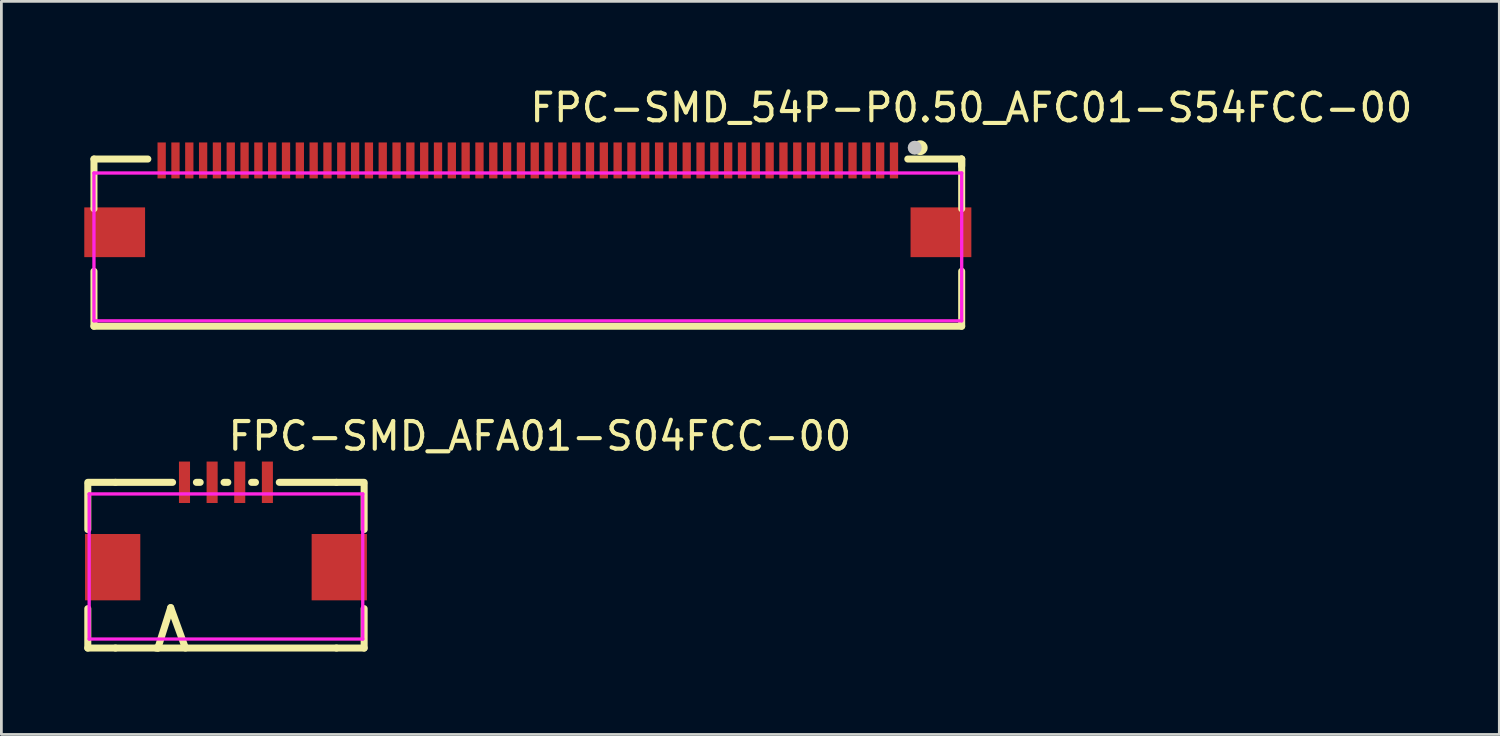
<source format=kicad_pcb>
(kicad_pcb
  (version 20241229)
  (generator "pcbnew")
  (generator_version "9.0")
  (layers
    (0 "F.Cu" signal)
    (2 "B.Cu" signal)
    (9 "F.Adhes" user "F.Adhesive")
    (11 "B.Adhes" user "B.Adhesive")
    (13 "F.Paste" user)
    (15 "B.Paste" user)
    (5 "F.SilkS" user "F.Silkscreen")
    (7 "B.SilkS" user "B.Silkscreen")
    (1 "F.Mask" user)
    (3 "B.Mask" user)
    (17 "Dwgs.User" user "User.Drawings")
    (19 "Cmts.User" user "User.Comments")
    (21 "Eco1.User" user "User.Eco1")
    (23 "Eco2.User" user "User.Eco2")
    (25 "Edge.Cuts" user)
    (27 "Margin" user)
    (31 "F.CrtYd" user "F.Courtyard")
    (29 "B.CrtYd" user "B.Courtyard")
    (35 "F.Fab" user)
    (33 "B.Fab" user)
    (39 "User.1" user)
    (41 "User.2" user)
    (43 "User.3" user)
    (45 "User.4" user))
  (footprint "FPC-SMD_AFA01-S04FCC-00"
    (layer "F.Cu")
    (at 5.127 15.938)
    (property "Reference" "FPC-SMD_AFA01-S04FCC-00" (at 0 -3.207 0) (layer "F.SilkS") (effects (font (size 1 1) (thickness 0.15)) (justify left)))
    (attr through_hole)
    (fp_line (start -5 -1.464) (end -5 0.174) (stroke (width 0.254) (type solid)) (layer "F.SilkS"))
    (fp_line (start -5 3.036) (end -5 4.463) (stroke (width 0.254) (type solid)) (layer "F.SilkS"))
    (fp_line (start -3.999 -1.534) (end -5 -1.534) (stroke (width 0.254) (type solid)) (layer "F.SilkS"))
    (fp_line (start -3.999 4.463) (end -5 4.463) (stroke (width 0.254) (type solid)) (layer "F.SilkS"))
    (fp_line (start -3.999 4.463) (end 3.999 4.463) (stroke (width 0.254) (type solid)) (layer "F.SilkS"))
    (fp_line (start -2.528 4.463) (end -2.463 4.463) (stroke (width 0.254) (type solid)) (layer "F.SilkS"))
    (fp_line (start -2.463 4.463) (end -2 3) (stroke (width 0.254) (type solid)) (layer "F.SilkS"))
    (fp_line (start -2 3) (end -1.467 4.463) (stroke (width 0.254) (type solid)) (layer "F.SilkS"))
    (fp_line (start -1.932 -1.534) (end -3.999 -1.534) (stroke (width 0.254) (type solid)) (layer "F.SilkS"))
    (fp_line (start -0.933 -1.534) (end -1.07 -1.534) (stroke (width 0.254) (type solid)) (layer "F.SilkS"))
    (fp_line (start 0.067 -1.534) (end -0.07 -1.534) (stroke (width 0.254) (type solid)) (layer "F.SilkS"))
    (fp_line (start 1.068 -1.534) (end 0.928 -1.534) (stroke (width 0.254) (type solid)) (layer "F.SilkS"))
    (fp_line (start 3.999 -1.534) (end 1.929 -1.534) (stroke (width 0.254) (type solid)) (layer "F.SilkS"))
    (fp_line (start 3.999 -1.534) (end 5 -1.534) (stroke (width 0.254) (type solid)) (layer "F.SilkS"))
    (fp_line (start 3.999 4.463) (end 5 4.463) (stroke (width 0.254) (type solid)) (layer "F.SilkS"))
    (fp_line (start 5 -1.464) (end 5 0.174) (stroke (width 0.254) (type solid)) (layer "F.SilkS"))
    (fp_line (start 5 3.036) (end 5 4.463) (stroke (width 0.254) (type solid)) (layer "F.SilkS"))
    (fp_circle (center -4.95 -1.814) (end -4.92 -1.814) (stroke (width 0.06) (type solid)) (fill no) (layer "Eco2.User"))
    (fp_poly (pts (xy -4.95 0.536) (xy -3.15 0.536) (xy -3.15 2.536) (xy -4.95 2.536)) (stroke (width 0.12) (type solid)) (fill no) (layer "Eco2.User"))
    (fp_poly (pts (xy -1.601 -1.064) (xy -1.601 -1.814) (xy -1.401 -1.814) (xy -1.401 -1.064)) (stroke (width 0.12) (type solid)) (fill no) (layer "Eco2.User"))
    (fp_poly (pts (xy -0.601 -1.064) (xy -0.601 -1.814) (xy -0.401 -1.814) (xy -0.401 -1.064)) (stroke (width 0.12) (type solid)) (fill no) (layer "Eco2.User"))
    (fp_poly (pts (xy 0.398 -1.064) (xy 0.398 -1.814) (xy 0.598 -1.814) (xy 0.598 -1.064)) (stroke (width 0.12) (type solid)) (fill no) (layer "Eco2.User"))
    (fp_poly (pts (xy 1.399 -1.064) (xy 1.399 -1.814) (xy 1.599 -1.814) (xy 1.599 -1.064)) (stroke (width 0.12) (type solid)) (fill no) (layer "Eco2.User"))
    (fp_poly (pts (xy 4.95 2.536) (xy 3.15 2.536) (xy 3.15 0.536) (xy 4.95 0.536)) (stroke (width 0.12) (type solid)) (fill no) (layer "Eco2.User"))
    (fp_line (start -4.95 -1.114) (end 4.95 -1.114) (stroke (width 0.12) (type solid)) (layer "F.CrtYd"))
    (fp_line (start -4.95 4.136) (end -4.95 -1.114) (stroke (width 0.12) (type solid)) (layer "F.CrtYd"))
    (fp_line (start 4.95 -1.114) (end 4.95 4.136) (stroke (width 0.12) (type solid)) (layer "F.CrtYd"))
    (fp_line (start 4.95 4.136) (end -4.95 4.136) (stroke (width 0.12) (type solid)) (layer "F.CrtYd"))
    (pad "1" smd rect (at -1.501 -1.536) (size 0.4 1.5) (layers "F.Cu" "F.Mask" "F.Paste"))
    (pad "2" smd rect (at -0.501 -1.536) (size 0.4 1.5) (layers "F.Cu" "F.Mask" "F.Paste"))
    (pad "3" smd rect (at 0.498 -1.536) (size 0.4 1.5) (layers "F.Cu" "F.Mask" "F.Paste"))
    (pad "4" smd rect (at 1.499 -1.536) (size 0.4 1.5) (layers "F.Cu" "F.Mask" "F.Paste"))
    (pad "5" smd rect (at -4.1 1.536) (size 2 2.4) (layers "F.Cu" "F.Mask" "F.Paste"))
    (pad "6" smd rect (at 4.1 1.536) (size 2 2.4) (layers "F.Cu" "F.Mask" "F.Paste")))
  (footprint "FPC-SMD_54P-P0.50_AFC01-S54FCC-00"
    (layer "F.Cu")
    (at 16.05 4.055)
    (property "Reference" "FPC-SMD_54P-P0.50_AFC01-S54FCC-00" (at 0 -3.207 0) (layer "F.SilkS") (effects (font (size 1 1) (thickness 0.15)) (justify left)))
    (attr through_hole)
    (fp_line (start -15.7 -1.35) (end -15.7 0.449) (stroke (width 0.254) (type solid)) (layer "F.SilkS"))
    (fp_line (start -15.7 -1.35) (end -13.75 -1.35) (stroke (width 0.254) (type solid)) (layer "F.SilkS"))
    (fp_line (start -15.7 2.711) (end -15.7 4.7) (stroke (width 0.254) (type solid)) (layer "F.SilkS"))
    (fp_line (start 15.7 -1.35) (end 13.75 -1.35) (stroke (width 0.254) (type solid)) (layer "F.SilkS"))
    (fp_line (start 15.7 -1.35) (end 15.7 0.449) (stroke (width 0.254) (type solid)) (layer "F.SilkS"))
    (fp_line (start 15.7 -1.1) (end 15.7 -1.35) (stroke (width 0.254) (type solid)) (layer "F.SilkS"))
    (fp_line (start 15.7 2.711) (end 15.7 4.7) (stroke (width 0.254) (type solid)) (layer "F.SilkS"))
    (fp_line (start 15.7 4.7) (end -15.7 4.7) (stroke (width 0.254) (type solid)) (layer "F.SilkS"))
    (fp_circle (center 14.2 -1.76) (end 14.341 -1.76) (stroke (width 0.254) (type solid)) (fill no) (layer "F.SilkS"))
    (fp_circle (center 14 -1.76) (end 14.127 -1.76) (stroke (width 0.254) (type solid)) (fill no) (layer "Dwgs.User"))
    (fp_circle (center 15.7 -1.545) (end 15.73 -1.545) (stroke (width 0.06) (type solid)) (fill no) (layer "Eco2.User"))
    (fp_poly (pts (xy -14.2 0.8) (xy -14.2 1.8) (xy -15.7 1.8) (xy -15.7 0.8)) (stroke (width 0.12) (type solid)) (fill no) (layer "Eco2.User"))
    (fp_poly (pts (xy -13.35 -1.545) (xy -13.15 -1.545) (xy -13.15 -0.795) (xy -13.35 -0.795)) (stroke (width 0.12) (type solid)) (fill no) (layer "Eco2.User"))
    (fp_poly (pts (xy -12.85 -1.545) (xy -12.65 -1.545) (xy -12.65 -0.795) (xy -12.85 -0.795)) (stroke (width 0.12) (type solid)) (fill no) (layer "Eco2.User"))
    (fp_poly (pts (xy -12.35 -1.545) (xy -12.15 -1.545) (xy -12.15 -0.795) (xy -12.35 -0.795)) (stroke (width 0.12) (type solid)) (fill no) (layer "Eco2.User"))
    (fp_poly (pts (xy -11.85 -1.545) (xy -11.65 -1.545) (xy -11.65 -0.795) (xy -11.85 -0.795)) (stroke (width 0.12) (type solid)) (fill no) (layer "Eco2.User"))
    (fp_poly (pts (xy -11.35 -1.545) (xy -11.15 -1.545) (xy -11.15 -0.795) (xy -11.35 -0.795)) (stroke (width 0.12) (type solid)) (fill no) (layer "Eco2.User"))
    (fp_poly (pts (xy -10.85 -1.545) (xy -10.65 -1.545) (xy -10.65 -0.795) (xy -10.85 -0.795)) (stroke (width 0.12) (type solid)) (fill no) (layer "Eco2.User"))
    (fp_poly (pts (xy -10.35 -1.545) (xy -10.15 -1.545) (xy -10.15 -0.795) (xy -10.35 -0.795)) (stroke (width 0.12) (type solid)) (fill no) (layer "Eco2.User"))
    (fp_poly (pts (xy -9.85 -1.545) (xy -9.65 -1.545) (xy -9.65 -0.795) (xy -9.85 -0.795)) (stroke (width 0.12) (type solid)) (fill no) (layer "Eco2.User"))
    (fp_poly (pts (xy -9.35 -1.545) (xy -9.15 -1.545) (xy -9.15 -0.795) (xy -9.35 -0.795)) (stroke (width 0.12) (type solid)) (fill no) (layer "Eco2.User"))
    (fp_poly (pts (xy -8.85 -1.545) (xy -8.65 -1.545) (xy -8.65 -0.795) (xy -8.85 -0.795)) (stroke (width 0.12) (type solid)) (fill no) (layer "Eco2.User"))
    (fp_poly (pts (xy -8.35 -1.545) (xy -8.15 -1.545) (xy -8.15 -0.795) (xy -8.35 -0.795)) (stroke (width 0.12) (type solid)) (fill no) (layer "Eco2.User"))
    (fp_poly (pts (xy -7.85 -1.545) (xy -7.65 -1.545) (xy -7.65 -0.795) (xy -7.85 -0.795)) (stroke (width 0.12) (type solid)) (fill no) (layer "Eco2.User"))
    (fp_poly (pts (xy -7.35 -1.545) (xy -7.15 -1.545) (xy -7.15 -0.795) (xy -7.35 -0.795)) (stroke (width 0.12) (type solid)) (fill no) (layer "Eco2.User"))
    (fp_poly (pts (xy -6.85 -1.545) (xy -6.65 -1.545) (xy -6.65 -0.795) (xy -6.85 -0.795)) (stroke (width 0.12) (type solid)) (fill no) (layer "Eco2.User"))
    (fp_poly (pts (xy -6.35 -1.545) (xy -6.15 -1.545) (xy -6.15 -0.795) (xy -6.35 -0.795)) (stroke (width 0.12) (type solid)) (fill no) (layer "Eco2.User"))
    (fp_poly (pts (xy -5.85 -1.545) (xy -5.65 -1.545) (xy -5.65 -0.795) (xy -5.85 -0.795)) (stroke (width 0.12) (type solid)) (fill no) (layer "Eco2.User"))
    (fp_poly (pts (xy -5.35 -1.545) (xy -5.15 -1.545) (xy -5.15 -0.795) (xy -5.35 -0.795)) (stroke (width 0.12) (type solid)) (fill no) (layer "Eco2.User"))
    (fp_poly (pts (xy -4.85 -1.545) (xy -4.65 -1.545) (xy -4.65 -0.795) (xy -4.85 -0.795)) (stroke (width 0.12) (type solid)) (fill no) (layer "Eco2.User"))
    (fp_poly (pts (xy -4.35 -1.545) (xy -4.15 -1.545) (xy -4.15 -0.795) (xy -4.35 -0.795)) (stroke (width 0.12) (type solid)) (fill no) (layer "Eco2.User"))
    (fp_poly (pts (xy -3.85 -1.545) (xy -3.65 -1.545) (xy -3.65 -0.795) (xy -3.85 -0.795)) (stroke (width 0.12) (type solid)) (fill no) (layer "Eco2.User"))
    (fp_poly (pts (xy -3.35 -1.545) (xy -3.15 -1.545) (xy -3.15 -0.795) (xy -3.35 -0.795)) (stroke (width 0.12) (type solid)) (fill no) (layer "Eco2.User"))
    (fp_poly (pts (xy -2.85 -1.545) (xy -2.65 -1.545) (xy -2.65 -0.795) (xy -2.85 -0.795)) (stroke (width 0.12) (type solid)) (fill no) (layer "Eco2.User"))
    (fp_poly (pts (xy -2.35 -1.545) (xy -2.15 -1.545) (xy -2.15 -0.795) (xy -2.35 -0.795)) (stroke (width 0.12) (type solid)) (fill no) (layer "Eco2.User"))
    (fp_poly (pts (xy -1.85 -1.545) (xy -1.65 -1.545) (xy -1.65 -0.795) (xy -1.85 -0.795)) (stroke (width 0.12) (type solid)) (fill no) (layer "Eco2.User"))
    (fp_poly (pts (xy -1.35 -1.545) (xy -1.15 -1.545) (xy -1.15 -0.795) (xy -1.35 -0.795)) (stroke (width 0.12) (type solid)) (fill no) (layer "Eco2.User"))
    (fp_poly (pts (xy -0.85 -1.545) (xy -0.65 -1.545) (xy -0.65 -0.795) (xy -0.85 -0.795)) (stroke (width 0.12) (type solid)) (fill no) (layer "Eco2.User"))
    (fp_poly (pts (xy -0.35 -1.545) (xy -0.15 -1.545) (xy -0.15 -0.795) (xy -0.35 -0.795)) (stroke (width 0.12) (type solid)) (fill no) (layer "Eco2.User"))
    (fp_poly (pts (xy 0.15 -1.545) (xy 0.35 -1.545) (xy 0.35 -0.795) (xy 0.15 -0.795)) (stroke (width 0.12) (type solid)) (fill no) (layer "Eco2.User"))
    (fp_poly (pts (xy 0.65 -1.545) (xy 0.85 -1.545) (xy 0.85 -0.795) (xy 0.65 -0.795)) (stroke (width 0.12) (type solid)) (fill no) (layer "Eco2.User"))
    (fp_poly (pts (xy 1.15 -1.545) (xy 1.35 -1.545) (xy 1.35 -0.795) (xy 1.15 -0.795)) (stroke (width 0.12) (type solid)) (fill no) (layer "Eco2.User"))
    (fp_poly (pts (xy 1.65 -1.545) (xy 1.85 -1.545) (xy 1.85 -0.795) (xy 1.65 -0.795)) (stroke (width 0.12) (type solid)) (fill no) (layer "Eco2.User"))
    (fp_poly (pts (xy 2.15 -1.545) (xy 2.35 -1.545) (xy 2.35 -0.795) (xy 2.15 -0.795)) (stroke (width 0.12) (type solid)) (fill no) (layer "Eco2.User"))
    (fp_poly (pts (xy 2.65 -1.545) (xy 2.85 -1.545) (xy 2.85 -0.795) (xy 2.65 -0.795)) (stroke (width 0.12) (type solid)) (fill no) (layer "Eco2.User"))
    (fp_poly (pts (xy 3.15 -1.545) (xy 3.35 -1.545) (xy 3.35 -0.795) (xy 3.15 -0.795)) (stroke (width 0.12) (type solid)) (fill no) (layer "Eco2.User"))
    (fp_poly (pts (xy 3.65 -1.545) (xy 3.85 -1.545) (xy 3.85 -0.795) (xy 3.65 -0.795)) (stroke (width 0.12) (type solid)) (fill no) (layer "Eco2.User"))
    (fp_poly (pts (xy 4.15 -1.545) (xy 4.35 -1.545) (xy 4.35 -0.795) (xy 4.15 -0.795)) (stroke (width 0.12) (type solid)) (fill no) (layer "Eco2.User"))
    (fp_poly (pts (xy 4.65 -1.545) (xy 4.85 -1.545) (xy 4.85 -0.795) (xy 4.65 -0.795)) (stroke (width 0.12) (type solid)) (fill no) (layer "Eco2.User"))
    (fp_poly (pts (xy 5.15 -1.545) (xy 5.35 -1.545) (xy 5.35 -0.795) (xy 5.15 -0.795)) (stroke (width 0.12) (type solid)) (fill no) (layer "Eco2.User"))
    (fp_poly (pts (xy 5.65 -1.545) (xy 5.85 -1.545) (xy 5.85 -0.795) (xy 5.65 -0.795)) (stroke (width 0.12) (type solid)) (fill no) (layer "Eco2.User"))
    (fp_poly (pts (xy 6.15 -1.545) (xy 6.35 -1.545) (xy 6.35 -0.795) (xy 6.15 -0.795)) (stroke (width 0.12) (type solid)) (fill no) (layer "Eco2.User"))
    (fp_poly (pts (xy 6.65 -1.545) (xy 6.85 -1.545) (xy 6.85 -0.795) (xy 6.65 -0.795)) (stroke (width 0.12) (type solid)) (fill no) (layer "Eco2.User"))
    (fp_poly (pts (xy 7.15 -1.545) (xy 7.35 -1.545) (xy 7.35 -0.795) (xy 7.15 -0.795)) (stroke (width 0.12) (type solid)) (fill no) (layer "Eco2.User"))
    (fp_poly (pts (xy 7.65 -1.545) (xy 7.85 -1.545) (xy 7.85 -0.795) (xy 7.65 -0.795)) (stroke (width 0.12) (type solid)) (fill no) (layer "Eco2.User"))
    (fp_poly (pts (xy 8.15 -1.545) (xy 8.35 -1.545) (xy 8.35 -0.795) (xy 8.15 -0.795)) (stroke (width 0.12) (type solid)) (fill no) (layer "Eco2.User"))
    (fp_poly (pts (xy 8.65 -1.545) (xy 8.85 -1.545) (xy 8.85 -0.795) (xy 8.65 -0.795)) (stroke (width 0.12) (type solid)) (fill no) (layer "Eco2.User"))
    (fp_poly (pts (xy 9.15 -1.545) (xy 9.35 -1.545) (xy 9.35 -0.795) (xy 9.15 -0.795)) (stroke (width 0.12) (type solid)) (fill no) (layer "Eco2.User"))
    (fp_poly (pts (xy 9.65 -1.545) (xy 9.85 -1.545) (xy 9.85 -0.795) (xy 9.65 -0.795)) (stroke (width 0.12) (type solid)) (fill no) (layer "Eco2.User"))
    (fp_poly (pts (xy 10.15 -1.545) (xy 10.35 -1.545) (xy 10.35 -0.795) (xy 10.15 -0.795)) (stroke (width 0.12) (type solid)) (fill no) (layer "Eco2.User"))
    (fp_poly (pts (xy 10.65 -1.545) (xy 10.85 -1.545) (xy 10.85 -0.795) (xy 10.65 -0.795)) (stroke (width 0.12) (type solid)) (fill no) (layer "Eco2.User"))
    (fp_poly (pts (xy 11.15 -1.545) (xy 11.35 -1.545) (xy 11.35 -0.795) (xy 11.15 -0.795)) (stroke (width 0.12) (type solid)) (fill no) (layer "Eco2.User"))
    (fp_poly (pts (xy 11.65 -1.545) (xy 11.85 -1.545) (xy 11.85 -0.795) (xy 11.65 -0.795)) (stroke (width 0.12) (type solid)) (fill no) (layer "Eco2.User"))
    (fp_poly (pts (xy 12.15 -1.545) (xy 12.35 -1.545) (xy 12.35 -0.795) (xy 12.15 -0.795)) (stroke (width 0.12) (type solid)) (fill no) (layer "Eco2.User"))
    (fp_poly (pts (xy 12.65 -1.545) (xy 12.85 -1.545) (xy 12.85 -0.795) (xy 12.65 -0.795)) (stroke (width 0.12) (type solid)) (fill no) (layer "Eco2.User"))
    (fp_poly (pts (xy 13.15 -1.545) (xy 13.35 -1.545) (xy 13.35 -0.795) (xy 13.15 -0.795)) (stroke (width 0.12) (type solid)) (fill no) (layer "Eco2.User"))
    (fp_poly (pts (xy 15.7 0.8) (xy 15.7 1.8) (xy 14.2 1.8) (xy 14.2 0.8)) (stroke (width 0.12) (type solid)) (fill no) (layer "Eco2.User"))
    (fp_line (start -15.7 -0.845) (end 15.7 -0.845) (stroke (width 0.12) (type solid)) (layer "F.CrtYd"))
    (fp_line (start -15.7 4.505) (end -15.7 -0.845) (stroke (width 0.12) (type solid)) (layer "F.CrtYd"))
    (fp_line (start 15.7 -0.845) (end 15.7 4.505) (stroke (width 0.12) (type solid)) (layer "F.CrtYd"))
    (fp_line (start 15.7 4.505) (end -15.7 4.505) (stroke (width 0.12) (type solid)) (layer "F.CrtYd"))
    (pad "1" smd rect (at 13.25 -1.3) (size 0.3 1.3) (layers "F.Cu" "F.Mask" "F.Paste"))
    (pad "2" smd rect (at 12.75 -1.3) (size 0.3 1.3) (layers "F.Cu" "F.Mask" "F.Paste"))
    (pad "3" smd rect (at 12.25 -1.3) (size 0.3 1.3) (layers "F.Cu" "F.Mask" "F.Paste"))
    (pad "4" smd rect (at 11.75 -1.3) (size 0.3 1.3) (layers "F.Cu" "F.Mask" "F.Paste"))
    (pad "5" smd rect (at 11.25 -1.3) (size 0.3 1.3) (layers "F.Cu" "F.Mask" "F.Paste"))
    (pad "6" smd rect (at 10.75 -1.3) (size 0.3 1.3) (layers "F.Cu" "F.Mask" "F.Paste"))
    (pad "7" smd rect (at 10.25 -1.3) (size 0.3 1.3) (layers "F.Cu" "F.Mask" "F.Paste"))
    (pad "8" smd rect (at 9.75 -1.3) (size 0.3 1.3) (layers "F.Cu" "F.Mask" "F.Paste"))
    (pad "9" smd rect (at 9.25 -1.3) (size 0.3 1.3) (layers "F.Cu" "F.Mask" "F.Paste"))
    (pad "10" smd rect (at 8.75 -1.3) (size 0.3 1.3) (layers "F.Cu" "F.Mask" "F.Paste"))
    (pad "11" smd rect (at 8.25 -1.3) (size 0.3 1.3) (layers "F.Cu" "F.Mask" "F.Paste"))
    (pad "12" smd rect (at 7.75 -1.3) (size 0.3 1.3) (layers "F.Cu" "F.Mask" "F.Paste"))
    (pad "13" smd rect (at 7.25 -1.3) (size 0.3 1.3) (layers "F.Cu" "F.Mask" "F.Paste"))
    (pad "14" smd rect (at 6.75 -1.3) (size 0.3 1.3) (layers "F.Cu" "F.Mask" "F.Paste"))
    (pad "15" smd rect (at 6.25 -1.3) (size 0.3 1.3) (layers "F.Cu" "F.Mask" "F.Paste"))
    (pad "16" smd rect (at 5.75 -1.3) (size 0.3 1.3) (layers "F.Cu" "F.Mask" "F.Paste"))
    (pad "17" smd rect (at 5.25 -1.3) (size 0.3 1.3) (layers "F.Cu" "F.Mask" "F.Paste"))
    (pad "18" smd rect (at 4.75 -1.3) (size 0.3 1.3) (layers "F.Cu" "F.Mask" "F.Paste"))
    (pad "19" smd rect (at 4.25 -1.3) (size 0.3 1.3) (layers "F.Cu" "F.Mask" "F.Paste"))
    (pad "20" smd rect (at 3.75 -1.3) (size 0.3 1.3) (layers "F.Cu" "F.Mask" "F.Paste"))
    (pad "21" smd rect (at 3.25 -1.3) (size 0.3 1.3) (layers "F.Cu" "F.Mask" "F.Paste"))
    (pad "22" smd rect (at 2.75 -1.3) (size 0.3 1.3) (layers "F.Cu" "F.Mask" "F.Paste"))
    (pad "23" smd rect (at 2.25 -1.3) (size 0.3 1.3) (layers "F.Cu" "F.Mask" "F.Paste"))
    (pad "24" smd rect (at 1.75 -1.3) (size 0.3 1.3) (layers "F.Cu" "F.Mask" "F.Paste"))
    (pad "25" smd rect (at 1.25 -1.3) (size 0.3 1.3) (layers "F.Cu" "F.Mask" "F.Paste"))
    (pad "26" smd rect (at 0.75 -1.3) (size 0.3 1.3) (layers "F.Cu" "F.Mask" "F.Paste"))
    (pad "27" smd rect (at 0.25 -1.3) (size 0.3 1.3) (layers "F.Cu" "F.Mask" "F.Paste"))
    (pad "28" smd rect (at -0.25 -1.3) (size 0.3 1.3) (layers "F.Cu" "F.Mask" "F.Paste"))
    (pad "29" smd rect (at -0.75 -1.3) (size 0.3 1.3) (layers "F.Cu" "F.Mask" "F.Paste"))
    (pad "30" smd rect (at -1.25 -1.3) (size 0.3 1.3) (layers "F.Cu" "F.Mask" "F.Paste"))
    (pad "31" smd rect (at -1.75 -1.3) (size 0.3 1.3) (layers "F.Cu" "F.Mask" "F.Paste"))
    (pad "32" smd rect (at -2.25 -1.3) (size 0.3 1.3) (layers "F.Cu" "F.Mask" "F.Paste"))
    (pad "33" smd rect (at -2.75 -1.3) (size 0.3 1.3) (layers "F.Cu" "F.Mask" "F.Paste"))
    (pad "34" smd rect (at -3.25 -1.3) (size 0.3 1.3) (layers "F.Cu" "F.Mask" "F.Paste"))
    (pad "35" smd rect (at -3.75 -1.3) (size 0.3 1.3) (layers "F.Cu" "F.Mask" "F.Paste"))
    (pad "36" smd rect (at -4.25 -1.3) (size 0.3 1.3) (layers "F.Cu" "F.Mask" "F.Paste"))
    (pad "37" smd rect (at -4.75 -1.3) (size 0.3 1.3) (layers "F.Cu" "F.Mask" "F.Paste"))
    (pad "38" smd rect (at -5.25 -1.3) (size 0.3 1.3) (layers "F.Cu" "F.Mask" "F.Paste"))
    (pad "39" smd rect (at -5.75 -1.3) (size 0.3 1.3) (layers "F.Cu" "F.Mask" "F.Paste"))
    (pad "40" smd rect (at -6.25 -1.3) (size 0.3 1.3) (layers "F.Cu" "F.Mask" "F.Paste"))
    (pad "41" smd rect (at -6.75 -1.3) (size 0.3 1.3) (layers "F.Cu" "F.Mask" "F.Paste"))
    (pad "42" smd rect (at -7.25 -1.3) (size 0.3 1.3) (layers "F.Cu" "F.Mask" "F.Paste"))
    (pad "43" smd rect (at -7.75 -1.3) (size 0.3 1.3) (layers "F.Cu" "F.Mask" "F.Paste"))
    (pad "44" smd rect (at -8.25 -1.3) (size 0.3 1.3) (layers "F.Cu" "F.Mask" "F.Paste"))
    (pad "45" smd rect (at -8.75 -1.3) (size 0.3 1.3) (layers "F.Cu" "F.Mask" "F.Paste"))
    (pad "46" smd rect (at -9.25 -1.3) (size 0.3 1.3) (layers "F.Cu" "F.Mask" "F.Paste"))
    (pad "47" smd rect (at -9.75 -1.3) (size 0.3 1.3) (layers "F.Cu" "F.Mask" "F.Paste"))
    (pad "48" smd rect (at -10.25 -1.3) (size 0.3 1.3) (layers "F.Cu" "F.Mask" "F.Paste"))
    (pad "49" smd rect (at -10.75 -1.3) (size 0.3 1.3) (layers "F.Cu" "F.Mask" "F.Paste"))
    (pad "50" smd rect (at -11.25 -1.3) (size 0.3 1.3) (layers "F.Cu" "F.Mask" "F.Paste"))
    (pad "51" smd rect (at -11.75 -1.3) (size 0.3 1.3) (layers "F.Cu" "F.Mask" "F.Paste"))
    (pad "52" smd rect (at -12.25 -1.3) (size 0.3 1.3) (layers "F.Cu" "F.Mask" "F.Paste"))
    (pad "53" smd rect (at -12.75 -1.3) (size 0.3 1.3) (layers "F.Cu" "F.Mask" "F.Paste"))
    (pad "54" smd rect (at -13.25 -1.3) (size 0.3 1.3) (layers "F.Cu" "F.Mask" "F.Paste"))
    (pad "55" smd rect (at -14.95 1.3 90) (size 1.8 2.2) (layers "F.Cu" "F.Mask" "F.Paste"))
    (pad "56" smd rect (at 14.95 1.3 90) (size 1.8 2.2) (layers "F.Cu" "F.Mask" "F.Paste")))
  (gr_rect
    (start -3 -3)
    (end 51.205 23.527)
    (stroke (width 0.1) (type default))
    (fill no)
    (layer "Edge.Cuts")))
</source>
